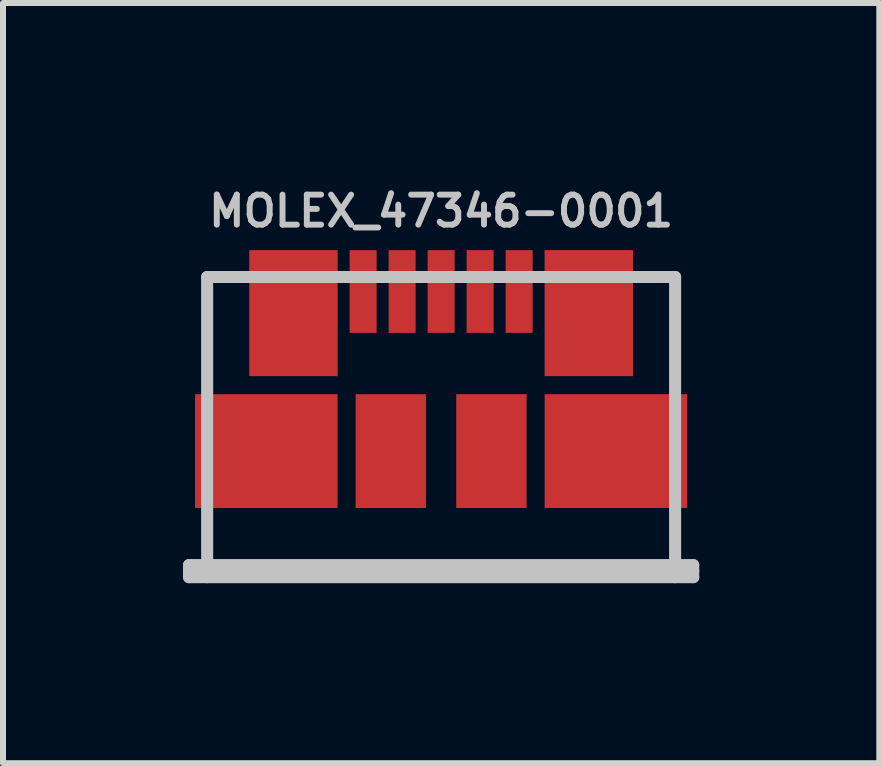
<source format=kicad_pcb>
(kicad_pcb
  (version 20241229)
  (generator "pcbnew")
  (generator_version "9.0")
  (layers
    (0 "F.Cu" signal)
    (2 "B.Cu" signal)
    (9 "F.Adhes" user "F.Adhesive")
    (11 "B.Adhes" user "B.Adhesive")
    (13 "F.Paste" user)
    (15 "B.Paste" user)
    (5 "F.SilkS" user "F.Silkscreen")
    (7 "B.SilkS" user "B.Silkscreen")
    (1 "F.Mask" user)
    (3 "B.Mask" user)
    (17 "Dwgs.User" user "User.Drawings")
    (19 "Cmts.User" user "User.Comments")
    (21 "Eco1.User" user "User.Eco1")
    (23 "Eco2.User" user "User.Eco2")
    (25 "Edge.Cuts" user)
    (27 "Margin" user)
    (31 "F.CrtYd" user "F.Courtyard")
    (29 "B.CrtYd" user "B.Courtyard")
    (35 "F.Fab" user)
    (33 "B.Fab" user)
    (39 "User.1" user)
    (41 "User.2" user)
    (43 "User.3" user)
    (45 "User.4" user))
  (footprint "MOLEX_47346-0001"
    (layer "F.Cu")
    (at 4.301 4.467)
    (property "Reference" "MOLEX_47346-0001" (at 0 -4 0) (layer "Dwgs.User") (effects (font (size 0.5 0.5) (thickness 0.099))))
    (attr smd)
    (fp_line (start -4.201 1.9) (end -4.201 2.101) (stroke (width 0.201) (type solid)) (layer "Dwgs.User"))
    (fp_line (start -4.201 1.999) (end 4.201 1.999) (stroke (width 0.201) (type solid)) (layer "Dwgs.User"))
    (fp_line (start -4.201 2.101) (end 4.201 2.101) (stroke (width 0.201) (type solid)) (layer "Dwgs.User"))
    (fp_line (start -3.899 -2.901) (end 3.899 -2.901) (stroke (width 0.201) (type solid)) (layer "Dwgs.User"))
    (fp_line (start -3.899 2.101) (end -3.899 -2.901) (stroke (width 0.201) (type solid)) (layer "Dwgs.User"))
    (fp_line (start 3.899 -2.901) (end 3.899 2.101) (stroke (width 0.201) (type solid)) (layer "Dwgs.User"))
    (fp_line (start 4.201 1.9) (end -4.201 1.9) (stroke (width 0.201) (type solid)) (layer "Dwgs.User"))
    (fp_line (start 4.201 2.101) (end 4.201 1.9) (stroke (width 0.201) (type solid)) (layer "Dwgs.User"))
    (pad "" smd rect (at -2.913 0) (size 2.375 1.897) (layers "F.Cu" "F.Mask" "F.Paste"))
    (pad "" smd rect (at -2.461 -2.299) (size 1.473 2.101) (layers "F.Cu" "F.Mask" "F.Paste"))
    (pad "" smd rect (at -0.838 0) (size 1.173 1.897) (layers "F.Cu" "F.Mask" "F.Paste"))
    (pad "" smd rect (at 0.838 0) (size 1.173 1.897) (layers "F.Cu" "F.Mask" "F.Paste"))
    (pad "" smd rect (at 2.461 -2.299) (size 1.473 2.101) (layers "F.Cu" "F.Mask" "F.Paste"))
    (pad "" smd rect (at 2.913 0) (size 2.375 1.897) (layers "F.Cu" "F.Mask" "F.Paste"))
    (pad "1" smd rect (at -1.3 -2.659) (size 0.45 1.379) (layers "F.Cu" "F.Mask" "F.Paste"))
    (pad "2" smd rect (at -0.65 -2.659) (size 0.45 1.379) (layers "F.Cu" "F.Mask" "F.Paste"))
    (pad "3" smd rect (at 0 -2.659) (size 0.45 1.379) (layers "F.Cu" "F.Mask" "F.Paste"))
    (pad "4" smd rect (at 0.65 -2.659) (size 0.45 1.379) (layers "F.Cu" "F.Mask" "F.Paste"))
    (pad "5" smd rect (at 1.3 -2.659) (size 0.45 1.379) (layers "F.Cu" "F.Mask" "F.Paste")))
  (gr_rect
    (start -3 -3)
    (end 11.603 9.668)
    (stroke (width 0.1) (type default))
    (fill no)
    (layer "Edge.Cuts")))
</source>
